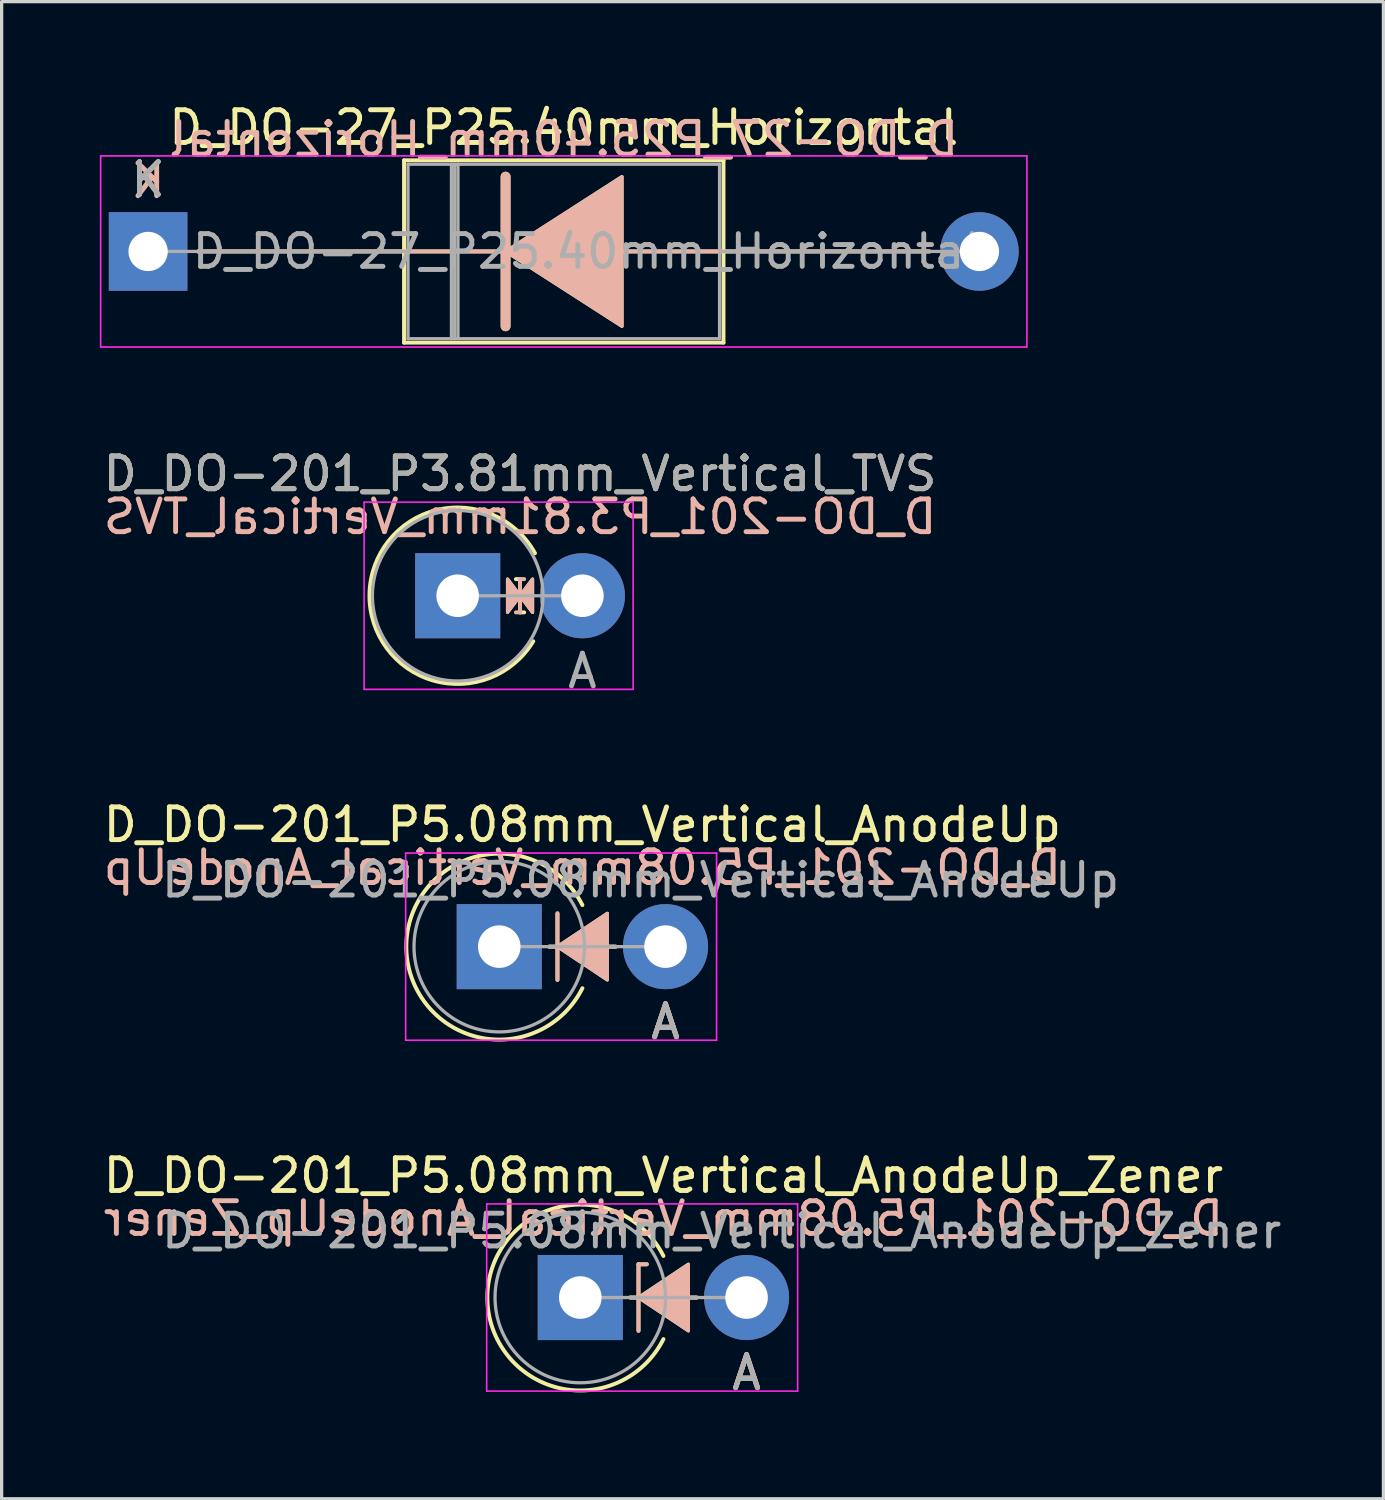
<source format=kicad_pcb>
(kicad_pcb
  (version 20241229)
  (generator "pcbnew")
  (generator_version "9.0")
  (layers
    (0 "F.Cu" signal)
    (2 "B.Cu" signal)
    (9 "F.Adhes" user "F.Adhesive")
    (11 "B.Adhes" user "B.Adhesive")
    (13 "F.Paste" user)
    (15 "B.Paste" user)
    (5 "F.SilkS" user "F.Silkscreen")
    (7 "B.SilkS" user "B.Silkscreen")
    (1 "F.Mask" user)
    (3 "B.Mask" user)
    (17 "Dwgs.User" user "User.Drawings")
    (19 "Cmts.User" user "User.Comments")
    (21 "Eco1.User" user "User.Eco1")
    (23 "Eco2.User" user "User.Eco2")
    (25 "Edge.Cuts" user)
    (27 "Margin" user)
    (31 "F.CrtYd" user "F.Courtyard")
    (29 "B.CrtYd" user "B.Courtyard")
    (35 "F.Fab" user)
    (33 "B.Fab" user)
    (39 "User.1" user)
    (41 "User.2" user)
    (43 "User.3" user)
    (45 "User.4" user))
  (footprint "D_DO-201_P5.08mm_Vertical_AnodeUp_Zener"
    (layer "F.Cu")
    (at 14.68 36.594)
    (property "Reference" "D_DO-201_P5.08mm_Vertical_AnodeUp_Zener" (at 2.54 -3.725 0) (layer "F.SilkS") (effects (font (size 1 1) (thickness 0.15))))
    (fp_line (start 1.524 0) (end 3.556 0) (stroke (width 0.12) (type solid)) (layer "F.SilkS"))
    (fp_line (start 1.778 -1.016) (end 2.032 -1.016) (stroke (width 0.12) (type solid)) (layer "F.SilkS"))
    (fp_line (start 1.778 1.016) (end 1.778 -1.016) (stroke (width 0.12) (type solid)) (layer "F.SilkS"))
    (fp_arc (start 2.539999 1.27) (mid -2.839805 0.000001) (end 2.539999 -1.269999) (stroke (width 0.12) (type solid)) (layer "F.SilkS"))
    (fp_poly (pts (xy 3.302 1.016) (xy 1.778 0) (xy 3.302 -1.016)) (stroke (width 0.1) (type solid)) (fill yes) (layer "F.SilkS"))
    (fp_line (start 1.524 0) (end 3.556 0) (stroke (width 0.12) (type solid)) (layer "B.SilkS"))
    (fp_line (start 1.778 -1.016) (end 1.778 1.016) (stroke (width 0.12) (type solid)) (layer "B.SilkS"))
    (fp_line (start 1.778 -1.016) (end 2.032 -1.016) (stroke (width 0.12) (type solid)) (layer "B.SilkS"))
    (fp_poly (pts (xy 3.302 -1.016) (xy 1.778 0) (xy 3.302 1.016)) (stroke (width 0.1) (type solid)) (fill yes) (layer "B.SilkS"))
    (fp_line (start -2.86 -2.86) (end -2.86 2.86) (stroke (width 0.05) (type solid)) (layer "F.CrtYd"))
    (fp_line (start -2.86 2.86) (end 6.64 2.86) (stroke (width 0.05) (type solid)) (layer "F.CrtYd"))
    (fp_line (start 6.64 -2.86) (end -2.86 -2.86) (stroke (width 0.05) (type solid)) (layer "F.CrtYd"))
    (fp_line (start 6.64 2.86) (end 6.64 -2.86) (stroke (width 0.05) (type solid)) (layer "F.CrtYd"))
    (fp_line (start 0 0) (end 5.08 0) (stroke (width 0.1) (type solid)) (layer "F.Fab"))
    (fp_circle (center 0 0) (end 2.605 0) (stroke (width 0.1) (type solid)) (fill no) (layer "F.Fab"))
    (fp_text user "A" (at 5.08 2.3 0) (layer "F.SilkS") (effects (font (size 1 1) (thickness 0.15))))
    (fp_text user "A" (at 5.08 2.286 0) (layer "B.SilkS") (effects (font (size 1 1) (thickness 0.15)) (justify mirror)))
    (fp_text user "${REFERENCE}" (at 2.54 -2.413 0) (layer "B.SilkS") (effects (font (size 1 1) (thickness 0.15)) (justify mirror)))
    (fp_text user "A" (at 5.08 2.3 0) (layer "F.Fab") (effects (font (size 1 1) (thickness 0.15))))
    (fp_text user "${REFERENCE}" (at 4.318 -2.032 0) (layer "F.Fab") (effects (font (size 1 1) (thickness 0.15))))
    (pad "1" thru_hole rect (at 0 0) (size 2.6 2.6) (drill 1.3) (layers "*.Cu" "*.Mask"))
    (pad "2" thru_hole oval (at 5.08 0) (size 2.6 2.6) (drill 1.3) (layers "*.Cu" "*.Mask")))
  (footprint "D_DO-27_P25.40mm_Horizontal"
    (layer "F.Cu")
    (at 1.475 4.633)
    (property "Reference" "D_DO-27_P25.40mm_Horizontal" (at 12.7 -3.785 0) (layer "F.SilkS") (effects (font (size 1 1) (thickness 0.15))))
    (fp_line (start 1.524 0) (end 7.82 0) (stroke (width 0.12) (type solid)) (layer "F.SilkS"))
    (fp_line (start 7.82 -2.785) (end 7.82 2.785) (stroke (width 0.12) (type solid)) (layer "F.SilkS"))
    (fp_line (start 7.82 2.785) (end 17.58 2.785) (stroke (width 0.12) (type solid)) (layer "F.SilkS"))
    (fp_line (start 10.922 -2.286) (end 10.922 2.286) (stroke (width 0.3) (type solid)) (layer "F.SilkS"))
    (fp_line (start 10.922 0) (end 7.82 0) (stroke (width 0.12) (type solid)) (layer "F.SilkS"))
    (fp_line (start 14.351 0) (end 17.58 0) (stroke (width 0.12) (type solid)) (layer "F.SilkS"))
    (fp_line (start 17.58 -2.785) (end 7.82 -2.785) (stroke (width 0.12) (type solid)) (layer "F.SilkS"))
    (fp_line (start 17.58 2.785) (end 17.58 -2.785) (stroke (width 0.12) (type solid)) (layer "F.SilkS"))
    (fp_line (start 23.876 0) (end 17.58 0) (stroke (width 0.12) (type solid)) (layer "F.SilkS"))
    (fp_poly (pts (xy 14.478 2.286) (xy 10.922 0) (xy 14.478 -2.286)) (stroke (width 0.1) (type solid)) (fill yes) (layer "F.SilkS"))
    (fp_line (start 1.524 0) (end 7.82 0) (stroke (width 0.12) (type solid)) (layer "B.SilkS"))
    (fp_line (start 10.922 0) (end 7.82 0) (stroke (width 0.12) (type solid)) (layer "B.SilkS"))
    (fp_line (start 10.922 2.286) (end 10.922 -2.286) (stroke (width 0.3) (type solid)) (layer "B.SilkS"))
    (fp_line (start 14.351 0) (end 17.58 0) (stroke (width 0.12) (type solid)) (layer "B.SilkS"))
    (fp_line (start 23.876 0) (end 17.58 0) (stroke (width 0.12) (type solid)) (layer "B.SilkS"))
    (fp_poly (pts (xy 14.478 -2.286) (xy 10.922 0) (xy 14.478 2.286)) (stroke (width 0.1) (type solid)) (fill yes) (layer "B.SilkS"))
    (fp_line (start -1.45 -2.92) (end -1.45 2.92) (stroke (width 0.05) (type solid)) (layer "F.CrtYd"))
    (fp_line (start -1.45 2.92) (end 26.85 2.92) (stroke (width 0.05) (type solid)) (layer "F.CrtYd"))
    (fp_line (start 26.85 -2.92) (end -1.45 -2.92) (stroke (width 0.05) (type solid)) (layer "F.CrtYd"))
    (fp_line (start 26.85 2.92) (end 26.85 -2.92) (stroke (width 0.05) (type solid)) (layer "F.CrtYd"))
    (fp_line (start 0 0) (end 7.94 0) (stroke (width 0.1) (type solid)) (layer "F.Fab"))
    (fp_line (start 7.94 -2.665) (end 7.94 2.665) (stroke (width 0.1) (type solid)) (layer "F.Fab"))
    (fp_line (start 7.94 2.665) (end 17.46 2.665) (stroke (width 0.1) (type solid)) (layer "F.Fab"))
    (fp_line (start 9.268 -2.665) (end 9.268 2.665) (stroke (width 0.1) (type solid)) (layer "F.Fab"))
    (fp_line (start 9.368 -2.665) (end 9.368 2.665) (stroke (width 0.1) (type solid)) (layer "F.Fab"))
    (fp_line (start 9.468 -2.665) (end 9.468 2.665) (stroke (width 0.1) (type solid)) (layer "F.Fab"))
    (fp_line (start 17.46 -2.665) (end 7.94 -2.665) (stroke (width 0.1) (type solid)) (layer "F.Fab"))
    (fp_line (start 17.46 2.665) (end 17.46 -2.665) (stroke (width 0.1) (type solid)) (layer "F.Fab"))
    (fp_line (start 25.4 0) (end 17.46 0) (stroke (width 0.1) (type solid)) (layer "F.Fab"))
    (fp_text user "K" (at 0 -2.2 0) (layer "F.SilkS") (effects (font (size 1 1) (thickness 0.15))))
    (fp_text user "${REFERENCE}" (at 12.7 -3.429 0) (layer "B.SilkS") (effects (font (size 1 1) (thickness 0.15)) (justify mirror)))
    (fp_text user "K" (at 0 -2.159 0) (layer "B.SilkS") (effects (font (size 1 1) (thickness 0.15)) (justify mirror)))
    (fp_text user "K" (at 0 -2.2 0) (layer "F.Fab") (effects (font (size 1 1) (thickness 0.15))))
    (fp_text user "${REFERENCE}" (at 13.414 0 0) (layer "F.Fab") (effects (font (size 1 1) (thickness 0.15))))
    (pad "1" thru_hole rect (at 0 0) (size 2.4 2.4) (drill 1.2) (layers "*.Cu" "*.Mask"))
    (pad "2" thru_hole oval (at 25.4 0) (size 2.4 2.4) (drill 1.2) (layers "*.Cu" "*.Mask")))
  (footprint "D_DO-201_P3.81mm_Vertical_TVS"
    (layer "F.Cu")
    (at 10.934 15.152)
    (property "Reference" "D_DO-201_P3.81mm_Vertical_TVS" (at 1.905 -3.725 0) (layer "F.SilkS") (effects (font (size 1 1) (thickness 0.15))))
    (fp_line (start 1.778 -0.508) (end 1.905 -0.508) (stroke (width 0.12) (type solid)) (layer "F.SilkS"))
    (fp_line (start 1.905 -0.508) (end 1.905 0.508) (stroke (width 0.12) (type solid)) (layer "F.SilkS"))
    (fp_line (start 1.905 0.508) (end 2.032 0.508) (stroke (width 0.12) (type solid)) (layer "F.SilkS"))
    (fp_arc (start 2.30942 1.390181) (mid -2.695054 -0.052035) (end 2.361361 -1.3) (stroke (width 0.12) (type solid)) (layer "F.SilkS"))
    (fp_poly (pts (xy 1.524 -0.508) (xy 1.905 0) (xy 1.524 0.508)) (stroke (width 0.1) (type solid)) (fill yes) (layer "F.SilkS"))
    (fp_poly (pts (xy 2.286 0.508) (xy 1.905 0) (xy 2.286 -0.508)) (stroke (width 0.1) (type solid)) (fill yes) (layer "F.SilkS"))
    (fp_line (start 1.778 0.508) (end 1.905 0.508) (stroke (width 0.12) (type solid)) (layer "B.SilkS"))
    (fp_line (start 1.905 -0.508) (end 2.032 -0.508) (stroke (width 0.12) (type solid)) (layer "B.SilkS"))
    (fp_line (start 1.905 0.508) (end 1.905 -0.508) (stroke (width 0.12) (type solid)) (layer "B.SilkS"))
    (fp_poly (pts (xy 1.524 0.508) (xy 1.905 0) (xy 1.524 -0.508)) (stroke (width 0.1) (type solid)) (fill yes) (layer "B.SilkS"))
    (fp_poly (pts (xy 2.286 -0.508) (xy 1.905 0) (xy 2.286 0.508)) (stroke (width 0.1) (type solid)) (fill yes) (layer "B.SilkS"))
    (fp_line (start -2.86 -2.86) (end -2.86 2.86) (stroke (width 0.05) (type solid)) (layer "F.CrtYd"))
    (fp_line (start -2.86 2.86) (end 5.36 2.86) (stroke (width 0.05) (type solid)) (layer "F.CrtYd"))
    (fp_line (start 5.36 -2.86) (end -2.86 -2.86) (stroke (width 0.05) (type solid)) (layer "F.CrtYd"))
    (fp_line (start 5.36 2.86) (end 5.36 -2.86) (stroke (width 0.05) (type solid)) (layer "F.CrtYd"))
    (fp_line (start 0 0) (end 3.81 0) (stroke (width 0.1) (type solid)) (layer "F.Fab"))
    (fp_circle (center 0 0) (end 2.605 0) (stroke (width 0.1) (type solid)) (fill no) (layer "F.Fab"))
    (fp_text user "${REFERENCE}" (at 1.905 -2.413 0) (layer "B.SilkS") (effects (font (size 1 1) (thickness 0.15)) (justify mirror)))
    (fp_text user "${REFERENCE}" (at 1.905 -3.725 0) (layer "F.Fab") (effects (font (size 1 1) (thickness 0.15))))
    (fp_text user "A" (at 3.81 2.3 0) (layer "F.Fab") (effects (font (size 1 1) (thickness 0.15))))
    (pad "1" thru_hole rect (at 0 0) (size 2.6 2.6) (drill 1.3) (layers "*.Cu" "*.Mask"))
    (pad "2" thru_hole oval (at 3.81 0) (size 2.6 2.6) (drill 1.3) (layers "*.Cu" "*.Mask")))
  (footprint "D_DO-201_P5.08mm_Vertical_AnodeUp"
    (layer "F.Cu")
    (at 12.204 25.873)
    (property "Reference" "D_DO-201_P5.08mm_Vertical_AnodeUp" (at 2.54 -3.725 0) (layer "F.SilkS") (effects (font (size 1 1) (thickness 0.15))))
    (fp_line (start 1.524 0) (end 3.556 0) (stroke (width 0.12) (type solid)) (layer "F.SilkS"))
    (fp_line (start 1.778 1.016) (end 1.778 -1.016) (stroke (width 0.12) (type solid)) (layer "F.SilkS"))
    (fp_arc (start 2.539999 1.27) (mid -2.839805 0.000001) (end 2.539999 -1.269999) (stroke (width 0.12) (type solid)) (layer "F.SilkS"))
    (fp_poly (pts (xy 3.302 1.016) (xy 1.778 0) (xy 3.302 -1.016)) (stroke (width 0.1) (type solid)) (fill yes) (layer "F.SilkS"))
    (fp_line (start 1.524 0) (end 3.556 0) (stroke (width 0.12) (type solid)) (layer "B.SilkS"))
    (fp_line (start 1.778 -1.016) (end 1.778 1.016) (stroke (width 0.12) (type solid)) (layer "B.SilkS"))
    (fp_poly (pts (xy 3.302 -1.016) (xy 1.778 0) (xy 3.302 1.016)) (stroke (width 0.1) (type solid)) (fill yes) (layer "B.SilkS"))
    (fp_line (start -2.86 -2.86) (end -2.86 2.86) (stroke (width 0.05) (type solid)) (layer "F.CrtYd"))
    (fp_line (start -2.86 2.86) (end 6.64 2.86) (stroke (width 0.05) (type solid)) (layer "F.CrtYd"))
    (fp_line (start 6.64 -2.86) (end -2.86 -2.86) (stroke (width 0.05) (type solid)) (layer "F.CrtYd"))
    (fp_line (start 6.64 2.86) (end 6.64 -2.86) (stroke (width 0.05) (type solid)) (layer "F.CrtYd"))
    (fp_line (start 0 0) (end 5.08 0) (stroke (width 0.1) (type solid)) (layer "F.Fab"))
    (fp_circle (center 0 0) (end 2.605 0) (stroke (width 0.1) (type solid)) (fill no) (layer "F.Fab"))
    (fp_text user "A" (at 5.08 2.3 0) (layer "F.SilkS") (effects (font (size 1 1) (thickness 0.15))))
    (fp_text user "A" (at 5.08 2.286 0) (layer "B.SilkS") (effects (font (size 1 1) (thickness 0.15)) (justify mirror)))
    (fp_text user "${REFERENCE}" (at 2.54 -2.413 0) (layer "B.SilkS") (effects (font (size 1 1) (thickness 0.15)) (justify mirror)))
    (fp_text user "${REFERENCE}" (at 4.318 -2.032 0) (layer "F.Fab") (effects (font (size 1 1) (thickness 0.15))))
    (fp_text user "A" (at 5.08 2.3 0) (layer "F.Fab") (effects (font (size 1 1) (thickness 0.15))))
    (pad "1" thru_hole rect (at 0 0) (size 2.6 2.6) (drill 1.3) (layers "*.Cu" "*.Mask"))
    (pad "2" thru_hole oval (at 5.08 0) (size 2.6 2.6) (drill 1.3) (layers "*.Cu" "*.Mask")))
  (gr_rect
    (start -3 -3)
    (end 39.218 42.743)
    (stroke (width 0.1) (type default))
    (fill no)
    (layer "Edge.Cuts")))
</source>
